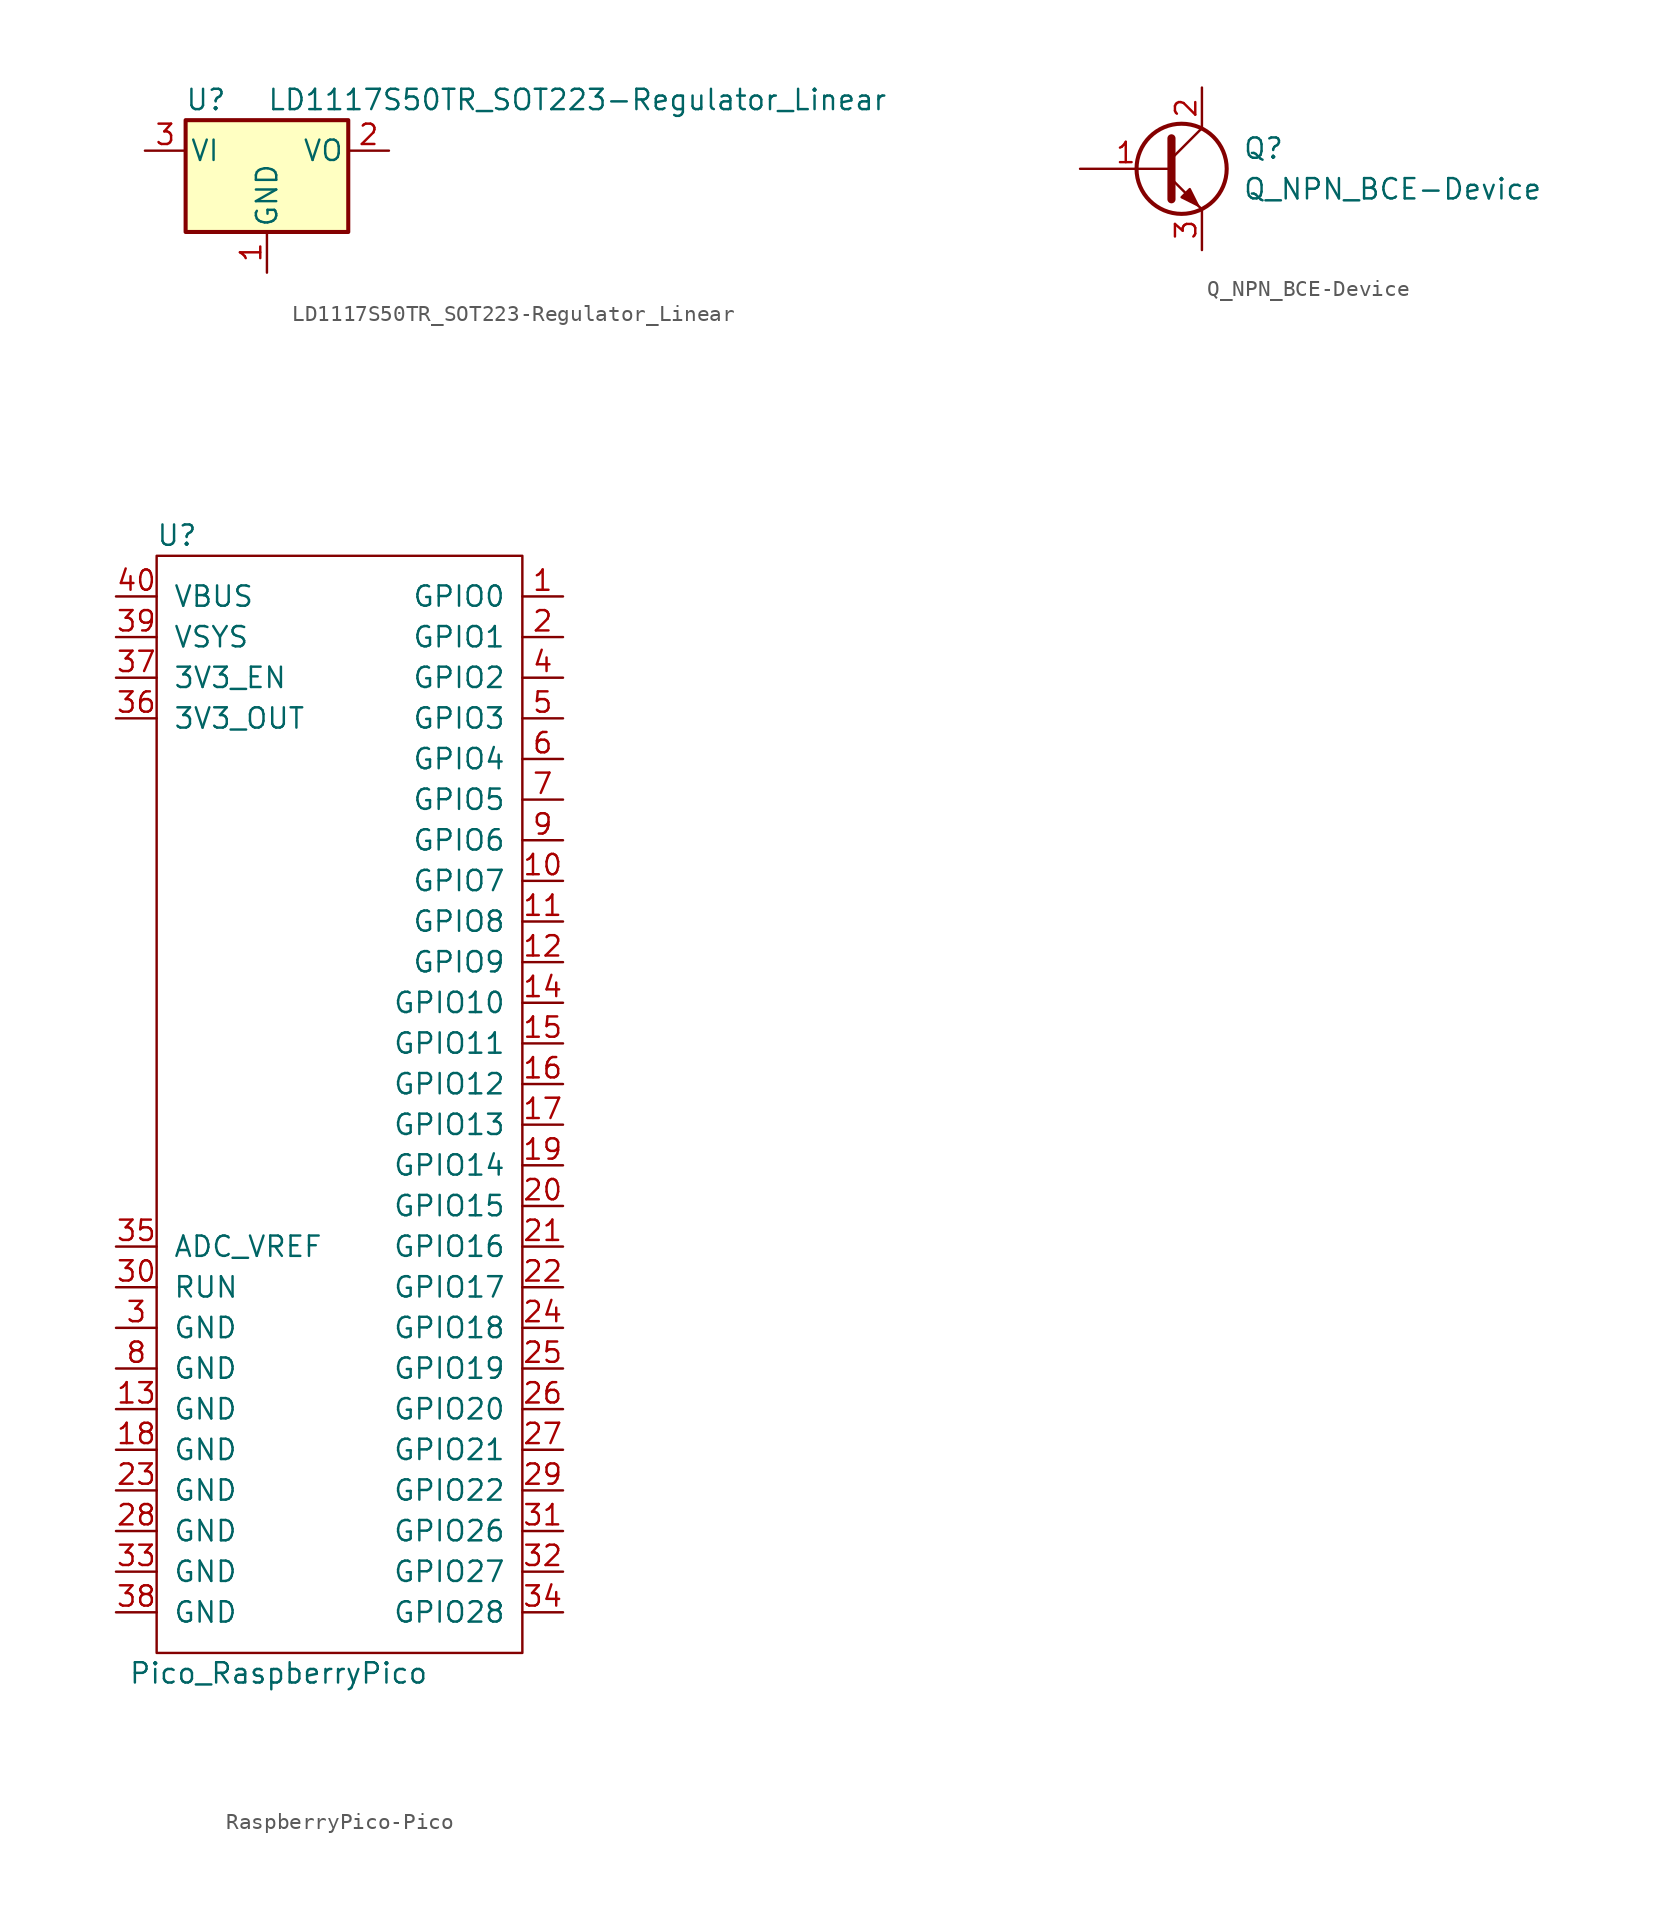
<source format=kicad_sym>
(kicad_symbol_lib
  (version 20220914)
  (generator kicad_symbol_editor)
  (symbol "LD1117S50TR_SOT223-Regulator_Linear"
    (pin_names
      (offset 0.254))
    (property "Reference" "U"
      (at -3.81 3.175 0)
      (effects (font (size 1.27 1.27))))
    (property "Value" "LD1117S50TR_SOT223-Regulator_Linear"
      (at 0 3.175 0)
      (effects (font (size 1.27 1.27)) (justify left)))
    (symbol "LD1117S50TR_SOT223-Regulator_Linear_0_1"
      (rectangle (start -5.08 -5.08) (end 5.08 1.905) (stroke (width 0.254) (type solid)) (fill (type background))))
    (symbol "LD1117S50TR_SOT223-Regulator_Linear_1_1"
      (pin power_in line (at 0 -7.62 90) (length 2.54) (name "GND" (effects (font (size 1.27 1.27)))) (number "1" (effects (font (size 1.27 1.27)))))
      (pin power_out line (at 7.62 0 180) (length 2.54) (name "VO" (effects (font (size 1.27 1.27)))) (number "2" (effects (font (size 1.27 1.27)))))
      (pin power_in line (at -7.62 0 0) (length 2.54) (name "VI" (effects (font (size 1.27 1.27)))) (number "3" (effects (font (size 1.27 1.27)))))))
  (symbol "Q_NPN_BCE-Device"
    (pin_names
      (offset 0) hide)
    (property "Reference" "Q"
      (at 5.08 1.27 0)
      (effects (font (size 1.27 1.27)) (justify left)))
    (property "Value" "Q_NPN_BCE-Device"
      (at 5.08 -1.27 0)
      (effects (font (size 1.27 1.27)) (justify left)))
    (symbol "Q_NPN_BCE-Device_0_1"
      (polyline (pts (xy 0.635 0.635) (xy 2.54 2.54)) (stroke (width 0) (type solid)) (fill (type none)))
      (polyline (pts (xy 0.635 -0.635) (xy 2.54 -2.54) (xy 2.54 -2.54)) (stroke (width 0) (type solid)) (fill (type none)))
      (polyline (pts (xy 0.635 1.905) (xy 0.635 -1.905) (xy 0.635 -1.905)) (stroke (width 0.508) (type solid)) (fill (type none)))
      (polyline (pts (xy 1.27 -1.778) (xy 1.778 -1.27) (xy 2.286 -2.286) (xy 1.27 -1.778) (xy 1.27 -1.778)) (stroke (width 0) (type solid)) (fill (type outline)))
      (circle (center 1.27 0) (radius 2.819) (stroke (width 0.254) (type solid)) (fill (type none))))
    (symbol "Q_NPN_BCE-Device_1_1"
      (pin input line (at -5.08 0 0) (length 5.715) (name "B" (effects (font (size 1.27 1.27)))) (number "1" (effects (font (size 1.27 1.27)))))
      (pin passive line (at 2.54 5.08 270) (length 2.54) (name "C" (effects (font (size 1.27 1.27)))) (number "2" (effects (font (size 1.27 1.27)))))
      (pin passive line (at 2.54 -5.08 90) (length 2.54) (name "E" (effects (font (size 1.27 1.27)))) (number "3" (effects (font (size 1.27 1.27)))))))
  (symbol "RaspberryPico-Pico"
    (pin_names
      (offset 1.016))
    (property "Reference" "U"
      (at -21.59 3.81 0)
      (effects (font (size 1.27 1.27))))
    (property "Value" "Pico_RaspberryPico"
      (at -15.24 -67.31 0)
      (effects (font (size 1.27 1.27))))
    (symbol "RaspberryPico-Pico_0_1"
      (rectangle (start -22.86 2.54) (end 0 -66.04) (stroke (width 0) (type solid)) (fill (type none))))
    (symbol "RaspberryPico-Pico_1_1"
      (pin bidirectional line (at 2.54 0 180) (length 2.54) (name "GPIO0" (effects (font (size 1.27 1.27)))) (number "1" (effects (font (size 1.27 1.27)))))
      (pin bidirectional line (at 2.54 -17.78 180) (length 2.54) (name "GPIO7" (effects (font (size 1.27 1.27)))) (number "10" (effects (font (size 1.27 1.27)))))
      (pin bidirectional line (at 2.54 -20.32 180) (length 2.54) (name "GPIO8" (effects (font (size 1.27 1.27)))) (number "11" (effects (font (size 1.27 1.27)))))
      (pin bidirectional line (at 2.54 -22.86 180) (length 2.54) (name "GPIO9" (effects (font (size 1.27 1.27)))) (number "12" (effects (font (size 1.27 1.27)))))
      (pin power_in line (at -25.4 -50.8 0) (length 2.54) (name "GND" (effects (font (size 1.27 1.27)))) (number "13" (effects (font (size 1.27 1.27)))))
      (pin bidirectional line (at 2.54 -25.4 180) (length 2.54) (name "GPIO10" (effects (font (size 1.27 1.27)))) (number "14" (effects (font (size 1.27 1.27)))))
      (pin bidirectional line (at 2.54 -27.94 180) (length 2.54) (name "GPIO11" (effects (font (size 1.27 1.27)))) (number "15" (effects (font (size 1.27 1.27)))))
      (pin bidirectional line (at 2.54 -30.48 180) (length 2.54) (name "GPIO12" (effects (font (size 1.27 1.27)))) (number "16" (effects (font (size 1.27 1.27)))))
      (pin bidirectional line (at 2.54 -33.02 180) (length 2.54) (name "GPIO13" (effects (font (size 1.27 1.27)))) (number "17" (effects (font (size 1.27 1.27)))))
      (pin power_in line (at -25.4 -53.34 0) (length 2.54) (name "GND" (effects (font (size 1.27 1.27)))) (number "18" (effects (font (size 1.27 1.27)))))
      (pin bidirectional line (at 2.54 -35.56 180) (length 2.54) (name "GPIO14" (effects (font (size 1.27 1.27)))) (number "19" (effects (font (size 1.27 1.27)))))
      (pin bidirectional line (at 2.54 -2.54 180) (length 2.54) (name "GPIO1" (effects (font (size 1.27 1.27)))) (number "2" (effects (font (size 1.27 1.27)))))
      (pin bidirectional line (at 2.54 -38.1 180) (length 2.54) (name "GPIO15" (effects (font (size 1.27 1.27)))) (number "20" (effects (font (size 1.27 1.27)))))
      (pin bidirectional line (at 2.54 -40.64 180) (length 2.54) (name "GPIO16" (effects (font (size 1.27 1.27)))) (number "21" (effects (font (size 1.27 1.27)))))
      (pin bidirectional line (at 2.54 -43.18 180) (length 2.54) (name "GPIO17" (effects (font (size 1.27 1.27)))) (number "22" (effects (font (size 1.27 1.27)))))
      (pin power_in line (at -25.4 -55.88 0) (length 2.54) (name "GND" (effects (font (size 1.27 1.27)))) (number "23" (effects (font (size 1.27 1.27)))))
      (pin bidirectional line (at 2.54 -45.72 180) (length 2.54) (name "GPIO18" (effects (font (size 1.27 1.27)))) (number "24" (effects (font (size 1.27 1.27)))))
      (pin bidirectional line (at 2.54 -48.26 180) (length 2.54) (name "GPIO19" (effects (font (size 1.27 1.27)))) (number "25" (effects (font (size 1.27 1.27)))))
      (pin bidirectional line (at 2.54 -50.8 180) (length 2.54) (name "GPIO20" (effects (font (size 1.27 1.27)))) (number "26" (effects (font (size 1.27 1.27)))))
      (pin bidirectional line (at 2.54 -53.34 180) (length 2.54) (name "GPIO21" (effects (font (size 1.27 1.27)))) (number "27" (effects (font (size 1.27 1.27)))))
      (pin power_in line (at -25.4 -58.42 0) (length 2.54) (name "GND" (effects (font (size 1.27 1.27)))) (number "28" (effects (font (size 1.27 1.27)))))
      (pin bidirectional line (at 2.54 -55.88 180) (length 2.54) (name "GPIO22" (effects (font (size 1.27 1.27)))) (number "29" (effects (font (size 1.27 1.27)))))
      (pin power_in line (at -25.4 -45.72 0) (length 2.54) (name "GND" (effects (font (size 1.27 1.27)))) (number "3" (effects (font (size 1.27 1.27)))))
      (pin input line (at -25.4 -43.18 0) (length 2.54) (name "RUN" (effects (font (size 1.27 1.27)))) (number "30" (effects (font (size 1.27 1.27)))))
      (pin bidirectional line (at 2.54 -58.42 180) (length 2.54) (name "GPIO26" (effects (font (size 1.27 1.27)))) (number "31" (effects (font (size 1.27 1.27)))))
      (pin bidirectional line (at 2.54 -60.96 180) (length 2.54) (name "GPIO27" (effects (font (size 1.27 1.27)))) (number "32" (effects (font (size 1.27 1.27)))))
      (pin power_in line (at -25.4 -60.96 0) (length 2.54) (name "GND" (effects (font (size 1.27 1.27)))) (number "33" (effects (font (size 1.27 1.27)))))
      (pin bidirectional line (at 2.54 -63.5 180) (length 2.54) (name "GPIO28" (effects (font (size 1.27 1.27)))) (number "34" (effects (font (size 1.27 1.27)))))
      (pin input line (at -25.4 -40.64 0) (length 2.54) (name "ADC_VREF" (effects (font (size 1.27 1.27)))) (number "35" (effects (font (size 1.27 1.27)))))
      (pin power_out line (at -25.4 -7.62 0) (length 2.54) (name "3V3_OUT" (effects (font (size 1.27 1.27)))) (number "36" (effects (font (size 1.27 1.27)))))
      (pin input line (at -25.4 -5.08 0) (length 2.54) (name "3V3_EN" (effects (font (size 1.27 1.27)))) (number "37" (effects (font (size 1.27 1.27)))))
      (pin power_in line (at -25.4 -63.5 0) (length 2.54) (name "GND" (effects (font (size 1.27 1.27)))) (number "38" (effects (font (size 1.27 1.27)))))
      (pin power_in line (at -25.4 -2.54 0) (length 2.54) (name "VSYS" (effects (font (size 1.27 1.27)))) (number "39" (effects (font (size 1.27 1.27)))))
      (pin bidirectional line (at 2.54 -5.08 180) (length 2.54) (name "GPIO2" (effects (font (size 1.27 1.27)))) (number "4" (effects (font (size 1.27 1.27)))))
      (pin power_in line (at -25.4 0 0) (length 2.54) (name "VBUS" (effects (font (size 1.27 1.27)))) (number "40" (effects (font (size 1.27 1.27)))))
      (pin bidirectional line (at 2.54 -7.62 180) (length 2.54) (name "GPIO3" (effects (font (size 1.27 1.27)))) (number "5" (effects (font (size 1.27 1.27)))))
      (pin bidirectional line (at 2.54 -10.16 180) (length 2.54) (name "GPIO4" (effects (font (size 1.27 1.27)))) (number "6" (effects (font (size 1.27 1.27)))))
      (pin bidirectional line (at 2.54 -12.7 180) (length 2.54) (name "GPIO5" (effects (font (size 1.27 1.27)))) (number "7" (effects (font (size 1.27 1.27)))))
      (pin power_in line (at -25.4 -48.26 0) (length 2.54) (name "GND" (effects (font (size 1.27 1.27)))) (number "8" (effects (font (size 1.27 1.27)))))
      (pin bidirectional line (at 2.54 -15.24 180) (length 2.54) (name "GPIO6" (effects (font (size 1.27 1.27)))) (number "9" (effects (font (size 1.27 1.27))))))))
</source>
